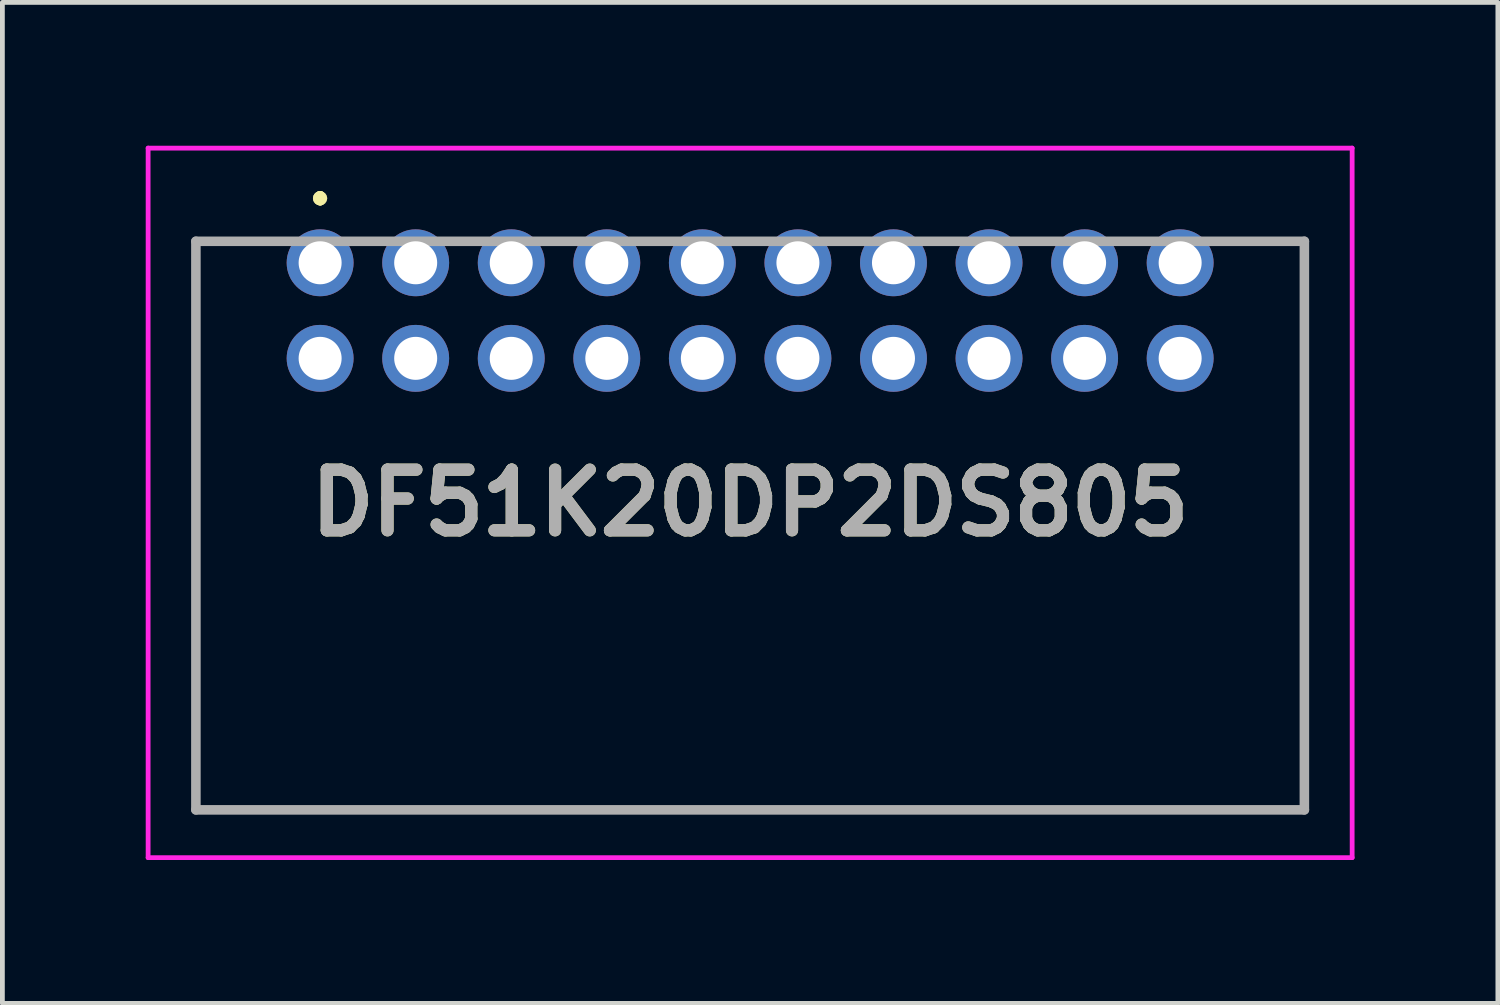
<source format=kicad_pcb>
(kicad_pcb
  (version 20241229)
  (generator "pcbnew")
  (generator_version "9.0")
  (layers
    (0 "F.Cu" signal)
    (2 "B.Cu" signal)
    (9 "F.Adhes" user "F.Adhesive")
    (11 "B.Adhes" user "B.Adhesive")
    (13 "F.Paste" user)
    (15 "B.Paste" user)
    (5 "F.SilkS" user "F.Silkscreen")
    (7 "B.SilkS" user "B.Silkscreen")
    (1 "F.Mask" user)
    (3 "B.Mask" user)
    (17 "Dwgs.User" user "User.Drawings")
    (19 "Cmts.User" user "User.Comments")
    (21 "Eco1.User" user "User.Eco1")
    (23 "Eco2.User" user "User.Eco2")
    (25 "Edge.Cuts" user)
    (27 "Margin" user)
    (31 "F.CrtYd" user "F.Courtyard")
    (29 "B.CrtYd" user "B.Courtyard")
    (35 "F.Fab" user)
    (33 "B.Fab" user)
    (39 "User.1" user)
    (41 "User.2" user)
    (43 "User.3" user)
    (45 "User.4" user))
  (footprint "DF51K20DP2DS805"
    (layer "F.Cu")
    (at 3.65 2.45)
    (property "Reference" "DF51K20DP2DS805" (at 9 5.025 0) (layer "F.SilkS") (effects (font (size 1.27 1.27) (thickness 0.254))))
    (attr through_hole)
    (fp_line (start -2.6 -0.45) (end -2.6 -0.45) (stroke (width 0.1) (type solid)) (layer "F.SilkS"))
    (fp_line (start -2.6 -0.45) (end -2.6 -0.45) (stroke (width 0.1) (type solid)) (layer "F.SilkS"))
    (fp_line (start -2.6 -0.45) (end -2.6 11.45) (stroke (width 0.1) (type solid)) (layer "F.SilkS"))
    (fp_line (start -2.6 -0.45) (end -1.25 -0.45) (stroke (width 0.1) (type solid)) (layer "F.SilkS"))
    (fp_line (start -2.6 11.45) (end -2.6 -0.45) (stroke (width 0.1) (type solid)) (layer "F.SilkS"))
    (fp_line (start -2.6 11.45) (end -2.6 11.45) (stroke (width 0.1) (type solid)) (layer "F.SilkS"))
    (fp_line (start -2.6 11.45) (end -2.6 11.45) (stroke (width 0.1) (type solid)) (layer "F.SilkS"))
    (fp_line (start -2.6 11.45) (end 20.6 11.45) (stroke (width 0.1) (type solid)) (layer "F.SilkS"))
    (fp_line (start -1.25 -0.45) (end -2.6 -0.45) (stroke (width 0.1) (type solid)) (layer "F.SilkS"))
    (fp_line (start -1.25 -0.45) (end -1.25 -0.45) (stroke (width 0.1) (type solid)) (layer "F.SilkS"))
    (fp_line (start 0 -1.4) (end 0 -1.4) (stroke (width 0.2) (type solid)) (layer "F.SilkS"))
    (fp_line (start 0 -1.4) (end 0 -1.4) (stroke (width 0.2) (type solid)) (layer "F.SilkS"))
    (fp_line (start 0 -1.3) (end 0 -1.3) (stroke (width 0.2) (type solid)) (layer "F.SilkS"))
    (fp_line (start 19.25 -0.45) (end 19.25 -0.45) (stroke (width 0.1) (type solid)) (layer "F.SilkS"))
    (fp_line (start 19.25 -0.45) (end 20.6 -0.45) (stroke (width 0.1) (type solid)) (layer "F.SilkS"))
    (fp_line (start 20.6 -0.45) (end 19.25 -0.45) (stroke (width 0.1) (type solid)) (layer "F.SilkS"))
    (fp_line (start 20.6 -0.45) (end 20.6 -0.45) (stroke (width 0.1) (type solid)) (layer "F.SilkS"))
    (fp_line (start 20.6 -0.45) (end 20.6 -0.45) (stroke (width 0.1) (type solid)) (layer "F.SilkS"))
    (fp_line (start 20.6 -0.45) (end 20.6 11.45) (stroke (width 0.1) (type solid)) (layer "F.SilkS"))
    (fp_line (start 20.6 11.45) (end -2.6 11.45) (stroke (width 0.1) (type solid)) (layer "F.SilkS"))
    (fp_line (start 20.6 11.45) (end 20.6 -0.45) (stroke (width 0.1) (type solid)) (layer "F.SilkS"))
    (fp_line (start 20.6 11.45) (end 20.6 11.45) (stroke (width 0.1) (type solid)) (layer "F.SilkS"))
    (fp_line (start 20.6 11.45) (end 20.6 11.45) (stroke (width 0.1) (type solid)) (layer "F.SilkS"))
    (fp_arc (start 0 -1.4) (mid 0.05 -1.35) (end 0 -1.3) (stroke (width 0.2) (type solid)) (layer "F.SilkS"))
    (fp_arc (start 0 -1.3) (mid -0.05 -1.35) (end 0 -1.4) (stroke (width 0.2) (type solid)) (layer "F.SilkS"))
    (fp_arc (start 0 -1.3) (mid -0.05 -1.35) (end 0 -1.4) (stroke (width 0.2) (type solid)) (layer "F.SilkS"))
    (fp_line (start -3.6 -2.4) (end 21.6 -2.4) (stroke (width 0.1) (type solid)) (layer "F.CrtYd"))
    (fp_line (start -3.6 12.45) (end -3.6 -2.4) (stroke (width 0.1) (type solid)) (layer "F.CrtYd"))
    (fp_line (start 21.6 -2.4) (end 21.6 12.45) (stroke (width 0.1) (type solid)) (layer "F.CrtYd"))
    (fp_line (start 21.6 12.45) (end -3.6 12.45) (stroke (width 0.1) (type solid)) (layer "F.CrtYd"))
    (fp_line (start -2.6 -0.45) (end -2.6 11.45) (stroke (width 0.2) (type solid)) (layer "F.Fab"))
    (fp_line (start -2.6 11.45) (end 20.6 11.45) (stroke (width 0.2) (type solid)) (layer "F.Fab"))
    (fp_line (start 20.6 -0.45) (end -2.6 -0.45) (stroke (width 0.2) (type solid)) (layer "F.Fab"))
    (fp_line (start 20.6 11.45) (end 20.6 -0.45) (stroke (width 0.2) (type solid)) (layer "F.Fab"))
    (fp_text user "${REFERENCE}" (at 9 5.025 0) (layer "F.Fab") (effects (font (size 1.27 1.27) (thickness 0.254))))
    (pad "1" thru_hole circle (at 0 0) (size 1.4 1.4) (drill 0.9) (layers "*.Cu" "*.Mask"))
    (pad "2" thru_hole circle (at 0 2) (size 1.4 1.4) (drill 0.9) (layers "*.Cu" "*.Mask"))
    (pad "3" thru_hole circle (at 2 0) (size 1.4 1.4) (drill 0.9) (layers "*.Cu" "*.Mask"))
    (pad "4" thru_hole circle (at 2 2) (size 1.4 1.4) (drill 0.9) (layers "*.Cu" "*.Mask"))
    (pad "5" thru_hole circle (at 4 0) (size 1.4 1.4) (drill 0.9) (layers "*.Cu" "*.Mask"))
    (pad "6" thru_hole circle (at 4 2) (size 1.4 1.4) (drill 0.9) (layers "*.Cu" "*.Mask"))
    (pad "7" thru_hole circle (at 6 0) (size 1.4 1.4) (drill 0.9) (layers "*.Cu" "*.Mask"))
    (pad "8" thru_hole circle (at 6 2) (size 1.4 1.4) (drill 0.9) (layers "*.Cu" "*.Mask"))
    (pad "9" thru_hole circle (at 8 0) (size 1.4 1.4) (drill 0.9) (layers "*.Cu" "*.Mask"))
    (pad "10" thru_hole circle (at 8 2) (size 1.4 1.4) (drill 0.9) (layers "*.Cu" "*.Mask"))
    (pad "11" thru_hole circle (at 10 0) (size 1.4 1.4) (drill 0.9) (layers "*.Cu" "*.Mask"))
    (pad "12" thru_hole circle (at 10 2) (size 1.4 1.4) (drill 0.9) (layers "*.Cu" "*.Mask"))
    (pad "13" thru_hole circle (at 12 0) (size 1.4 1.4) (drill 0.9) (layers "*.Cu" "*.Mask"))
    (pad "14" thru_hole circle (at 12 2) (size 1.4 1.4) (drill 0.9) (layers "*.Cu" "*.Mask"))
    (pad "15" thru_hole circle (at 14 0) (size 1.4 1.4) (drill 0.9) (layers "*.Cu" "*.Mask"))
    (pad "16" thru_hole circle (at 14 2) (size 1.4 1.4) (drill 0.9) (layers "*.Cu" "*.Mask"))
    (pad "17" thru_hole circle (at 16 0) (size 1.4 1.4) (drill 0.9) (layers "*.Cu" "*.Mask"))
    (pad "18" thru_hole circle (at 16 2) (size 1.4 1.4) (drill 0.9) (layers "*.Cu" "*.Mask"))
    (pad "19" thru_hole circle (at 18 0) (size 1.4 1.4) (drill 0.9) (layers "*.Cu" "*.Mask"))
    (pad "20" thru_hole circle (at 18 2) (size 1.4 1.4) (drill 0.9) (layers "*.Cu" "*.Mask")))
  (gr_rect
    (start -3 -3)
    (end 28.3 17.95)
    (stroke (width 0.1) (type default))
    (fill no)
    (layer "Edge.Cuts")))
</source>
